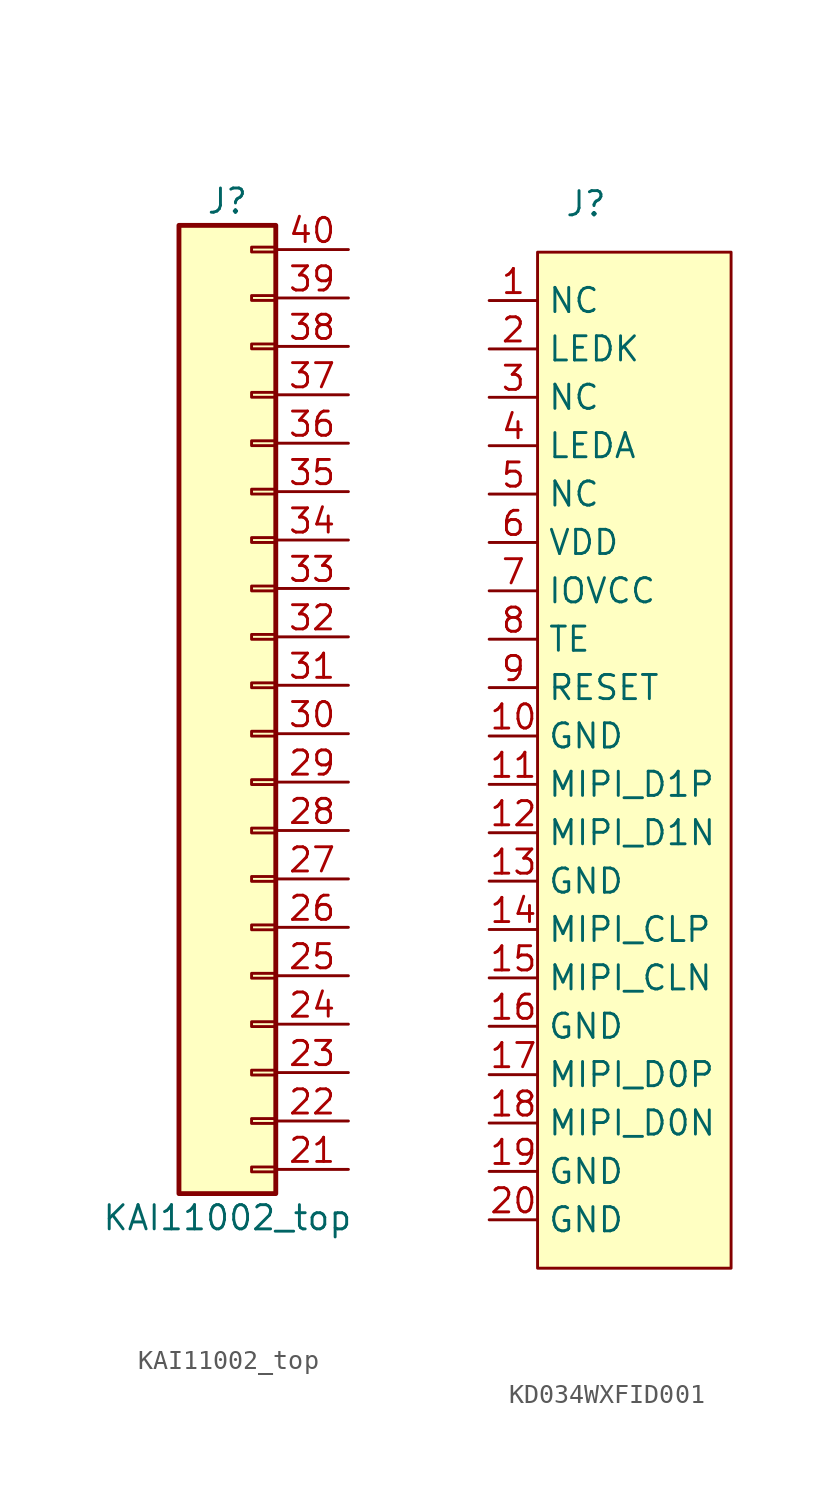
<source format=kicad_sym>
(kicad_symbol_lib
  (version 20231120)
  (generator "kicad_symbol_editor")
  (generator_version "8.0")
  (symbol "KAI11002_top"
    (pin_names
      (offset 1.016) hide)
    (property "Reference" "J"
      (at 1.27 25.4 0)
      (effects (font (size 1.27 1.27))))
    (property "Value" "KAI11002_top"
      (at 1.27 -27.94 0)
      (effects (font (size 1.27 1.27))))
    (symbol "KAI11002_top_1_1"
      (rectangle (start -1.27 24.13) (end 3.81 -26.67) (stroke (width 0.254) (type default)) (fill (type background)))
      (rectangle (start 3.81 -25.273) (end 2.54 -25.527) (stroke (width 0.152) (type default)) (fill (type none)))
      (rectangle (start 3.81 -22.733) (end 2.54 -22.987) (stroke (width 0.152) (type default)) (fill (type none)))
      (rectangle (start 3.81 -20.193) (end 2.54 -20.447) (stroke (width 0.152) (type default)) (fill (type none)))
      (rectangle (start 3.81 -17.653) (end 2.54 -17.907) (stroke (width 0.152) (type default)) (fill (type none)))
      (rectangle (start 3.81 -15.113) (end 2.54 -15.367) (stroke (width 0.152) (type default)) (fill (type none)))
      (rectangle (start 3.81 -12.573) (end 2.54 -12.827) (stroke (width 0.152) (type default)) (fill (type none)))
      (rectangle (start 3.81 -10.033) (end 2.54 -10.287) (stroke (width 0.152) (type default)) (fill (type none)))
      (rectangle (start 3.81 -7.493) (end 2.54 -7.747) (stroke (width 0.152) (type default)) (fill (type none)))
      (rectangle (start 3.81 -4.953) (end 2.54 -5.207) (stroke (width 0.152) (type default)) (fill (type none)))
      (rectangle (start 3.81 -2.413) (end 2.54 -2.667) (stroke (width 0.152) (type default)) (fill (type none)))
      (rectangle (start 3.81 0.127) (end 2.54 -0.127) (stroke (width 0.152) (type default)) (fill (type none)))
      (rectangle (start 3.81 2.667) (end 2.54 2.413) (stroke (width 0.152) (type default)) (fill (type none)))
      (rectangle (start 3.81 5.207) (end 2.54 4.953) (stroke (width 0.152) (type default)) (fill (type none)))
      (rectangle (start 3.81 7.747) (end 2.54 7.493) (stroke (width 0.152) (type default)) (fill (type none)))
      (rectangle (start 3.81 10.287) (end 2.54 10.033) (stroke (width 0.152) (type default)) (fill (type none)))
      (rectangle (start 3.81 12.827) (end 2.54 12.573) (stroke (width 0.152) (type default)) (fill (type none)))
      (rectangle (start 3.81 15.367) (end 2.54 15.113) (stroke (width 0.152) (type default)) (fill (type none)))
      (rectangle (start 3.81 17.907) (end 2.54 17.653) (stroke (width 0.152) (type default)) (fill (type none)))
      (rectangle (start 3.81 20.447) (end 2.54 20.193) (stroke (width 0.152) (type default)) (fill (type none)))
      (rectangle (start 3.81 22.987) (end 2.54 22.733) (stroke (width 0.152) (type default)) (fill (type none)))
      (pin passive line (at 7.62 -25.4 180) (length 3.81) (name "Pin_21" (effects (font (size 1.27 1.27)))) (number "21" (effects (font (size 1.27 1.27)))))
      (pin passive line (at 7.62 -22.86 180) (length 3.81) (name "Pin_22" (effects (font (size 1.27 1.27)))) (number "22" (effects (font (size 1.27 1.27)))))
      (pin passive line (at 7.62 -20.32 180) (length 3.81) (name "Pin_23" (effects (font (size 1.27 1.27)))) (number "23" (effects (font (size 1.27 1.27)))))
      (pin passive line (at 7.62 -17.78 180) (length 3.81) (name "Pin_24" (effects (font (size 1.27 1.27)))) (number "24" (effects (font (size 1.27 1.27)))))
      (pin passive line (at 7.62 -15.24 180) (length 3.81) (name "Pin_25" (effects (font (size 1.27 1.27)))) (number "25" (effects (font (size 1.27 1.27)))))
      (pin passive line (at 7.62 -12.7 180) (length 3.81) (name "Pin_26" (effects (font (size 1.27 1.27)))) (number "26" (effects (font (size 1.27 1.27)))))
      (pin passive line (at 7.62 -10.16 180) (length 3.81) (name "Pin_27" (effects (font (size 1.27 1.27)))) (number "27" (effects (font (size 1.27 1.27)))))
      (pin passive line (at 7.62 -7.62 180) (length 3.81) (name "Pin_28" (effects (font (size 1.27 1.27)))) (number "28" (effects (font (size 1.27 1.27)))))
      (pin passive line (at 7.62 -5.08 180) (length 3.81) (name "Pin_29" (effects (font (size 1.27 1.27)))) (number "29" (effects (font (size 1.27 1.27)))))
      (pin passive line (at 7.62 -2.54 180) (length 3.81) (name "Pin_30" (effects (font (size 1.27 1.27)))) (number "30" (effects (font (size 1.27 1.27)))))
      (pin passive line (at 7.62 0 180) (length 3.81) (name "Pin_31" (effects (font (size 1.27 1.27)))) (number "31" (effects (font (size 1.27 1.27)))))
      (pin passive line (at 7.62 2.54 180) (length 3.81) (name "Pin_32" (effects (font (size 1.27 1.27)))) (number "32" (effects (font (size 1.27 1.27)))))
      (pin passive line (at 7.62 5.08 180) (length 3.81) (name "Pin_33" (effects (font (size 1.27 1.27)))) (number "33" (effects (font (size 1.27 1.27)))))
      (pin passive line (at 7.62 7.62 180) (length 3.81) (name "Pin_34" (effects (font (size 1.27 1.27)))) (number "34" (effects (font (size 1.27 1.27)))))
      (pin passive line (at 7.62 10.16 180) (length 3.81) (name "Pin_35" (effects (font (size 1.27 1.27)))) (number "35" (effects (font (size 1.27 1.27)))))
      (pin passive line (at 7.62 12.7 180) (length 3.81) (name "Pin_36" (effects (font (size 1.27 1.27)))) (number "36" (effects (font (size 1.27 1.27)))))
      (pin passive line (at 7.62 15.24 180) (length 3.81) (name "Pin_37" (effects (font (size 1.27 1.27)))) (number "37" (effects (font (size 1.27 1.27)))))
      (pin passive line (at 7.62 17.78 180) (length 3.81) (name "Pin_38" (effects (font (size 1.27 1.27)))) (number "38" (effects (font (size 1.27 1.27)))))
      (pin passive line (at 7.62 20.32 180) (length 3.81) (name "Pin_39" (effects (font (size 1.27 1.27)))) (number "39" (effects (font (size 1.27 1.27)))))
      (pin passive line (at 7.62 22.86 180) (length 3.81) (name "Pin_40" (effects (font (size 1.27 1.27)))) (number "40" (effects (font (size 1.27 1.27)))))))
  (symbol "KD034WXFID001"
    (property "Reference" "J"
      (at 2.54 2.54 0)
      (effects (font (size 1.27 1.27))))
    (property "Value" ""
      (at 2.54 2.54 0)
      (effects (font (size 1.27 1.27))))
    (symbol "KD034WXFID001_1_1"
      (rectangle (start 0 0) (end 10.16 -53.34) (stroke (width 0) (type default)) (fill (type background)))
      (pin input line (at -2.54 -2.54 0) (length 2.54) (name "NC" (effects (font (size 1.27 1.27)))) (number "1" (effects (font (size 1.27 1.27)))))
      (pin input line (at -2.54 -25.4 0) (length 2.54) (name "GND" (effects (font (size 1.27 1.27)))) (number "10" (effects (font (size 1.27 1.27)))))
      (pin input line (at -2.54 -27.94 0) (length 2.54) (name "MIPI_D1P" (effects (font (size 1.27 1.27)))) (number "11" (effects (font (size 1.27 1.27)))))
      (pin input line (at -2.54 -30.48 0) (length 2.54) (name "MIPI_D1N" (effects (font (size 1.27 1.27)))) (number "12" (effects (font (size 1.27 1.27)))))
      (pin input line (at -2.54 -33.02 0) (length 2.54) (name "GND" (effects (font (size 1.27 1.27)))) (number "13" (effects (font (size 1.27 1.27)))))
      (pin input line (at -2.54 -35.56 0) (length 2.54) (name "MIPI_CLP" (effects (font (size 1.27 1.27)))) (number "14" (effects (font (size 1.27 1.27)))))
      (pin input line (at -2.54 -38.1 0) (length 2.54) (name "MIPI_CLN" (effects (font (size 1.27 1.27)))) (number "15" (effects (font (size 1.27 1.27)))))
      (pin input line (at -2.54 -40.64 0) (length 2.54) (name "GND" (effects (font (size 1.27 1.27)))) (number "16" (effects (font (size 1.27 1.27)))))
      (pin input line (at -2.54 -43.18 0) (length 2.54) (name "MIPI_D0P" (effects (font (size 1.27 1.27)))) (number "17" (effects (font (size 1.27 1.27)))))
      (pin input line (at -2.54 -45.72 0) (length 2.54) (name "MIPI_D0N" (effects (font (size 1.27 1.27)))) (number "18" (effects (font (size 1.27 1.27)))))
      (pin input line (at -2.54 -48.26 0) (length 2.54) (name "GND" (effects (font (size 1.27 1.27)))) (number "19" (effects (font (size 1.27 1.27)))))
      (pin input line (at -2.54 -5.08 0) (length 2.54) (name "LEDK" (effects (font (size 1.27 1.27)))) (number "2" (effects (font (size 1.27 1.27)))))
      (pin input line (at -2.54 -50.8 0) (length 2.54) (name "GND" (effects (font (size 1.27 1.27)))) (number "20" (effects (font (size 1.27 1.27)))))
      (pin input line (at -2.54 -7.62 0) (length 2.54) (name "NC" (effects (font (size 1.27 1.27)))) (number "3" (effects (font (size 1.27 1.27)))))
      (pin input line (at -2.54 -10.16 0) (length 2.54) (name "LEDA" (effects (font (size 1.27 1.27)))) (number "4" (effects (font (size 1.27 1.27)))))
      (pin input line (at -2.54 -12.7 0) (length 2.54) (name "NC" (effects (font (size 1.27 1.27)))) (number "5" (effects (font (size 1.27 1.27)))))
      (pin input line (at -2.54 -15.24 0) (length 2.54) (name "VDD" (effects (font (size 1.27 1.27)))) (number "6" (effects (font (size 1.27 1.27)))))
      (pin input line (at -2.54 -17.78 0) (length 2.54) (name "IOVCC" (effects (font (size 1.27 1.27)))) (number "7" (effects (font (size 1.27 1.27)))))
      (pin input line (at -2.54 -20.32 0) (length 2.54) (name "TE" (effects (font (size 1.27 1.27)))) (number "8" (effects (font (size 1.27 1.27)))))
      (pin input line (at -2.54 -22.86 0) (length 2.54) (name "RESET" (effects (font (size 1.27 1.27)))) (number "9" (effects (font (size 1.27 1.27))))))))
</source>
